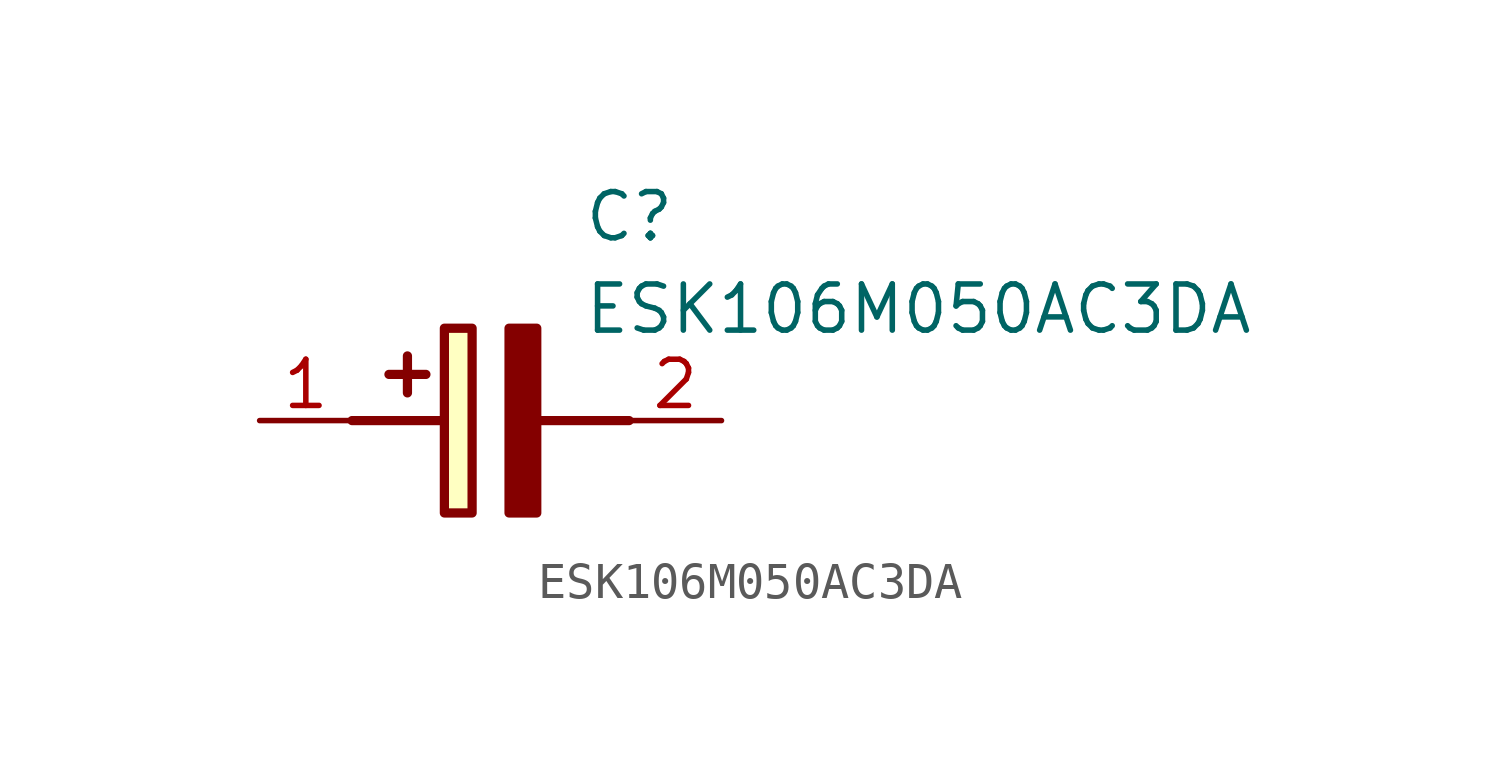
<source format=kicad_sym>
(kicad_symbol_lib
  (version 20211014)
  (generator SamacSys_ECAD_Model)
  (symbol "ESK106M050AC3DA"
    (pin_names hide)
    (property "Reference" "C"
      (at 8.89 6.35 0)
      (effects (font (size 1.27 1.27)) (justify left top)))
    (property "Value" "ESK106M050AC3DA"
      (at 8.89 3.81 0)
      (effects (font (size 1.27 1.27)) (justify left top)))
    (rectangle
      (start 5.08 2.54)
      (end 5.842 -2.54)
      (stroke (width 0.254) (type default))
      (fill (type background)))
    (polyline
      (pts (xy 4.572 1.27) (xy 3.556 1.27))
      (stroke (width 0.254) (type default))
      (fill (type none)))
    (polyline
      (pts (xy 4.064 1.778) (xy 4.064 0.762))
      (stroke (width 0.254) (type default))
      (fill (type none)))
    (polyline
      (pts (xy 2.54 0) (xy 5.08 0))
      (stroke (width 0.254) (type default))
      (fill (type none)))
    (polyline
      (pts (xy 7.62 0) (xy 10.16 0))
      (stroke (width 0.254) (type default))
      (fill (type none)))
    (polyline
      (pts (xy 7.62 2.54) (xy 7.62 -2.54) (xy 6.858 -2.54) (xy 6.858 2.54) (xy 7.62 2.54))
      (stroke (width 0.254) (type default))
      (fill (type outline)))
    (pin passive line
      (at 0 0 0)
      (length 2.54)
      (name "+" (effects (font (size 1.27 1.27))))
      (number "1" (effects (font (size 1.27 1.27)))))
    (pin passive line
      (at 12.7 0 180)
      (length 2.54)
      (name "-" (effects (font (size 1.27 1.27))))
      (number "2" (effects (font (size 1.27 1.27)))))))
</source>
